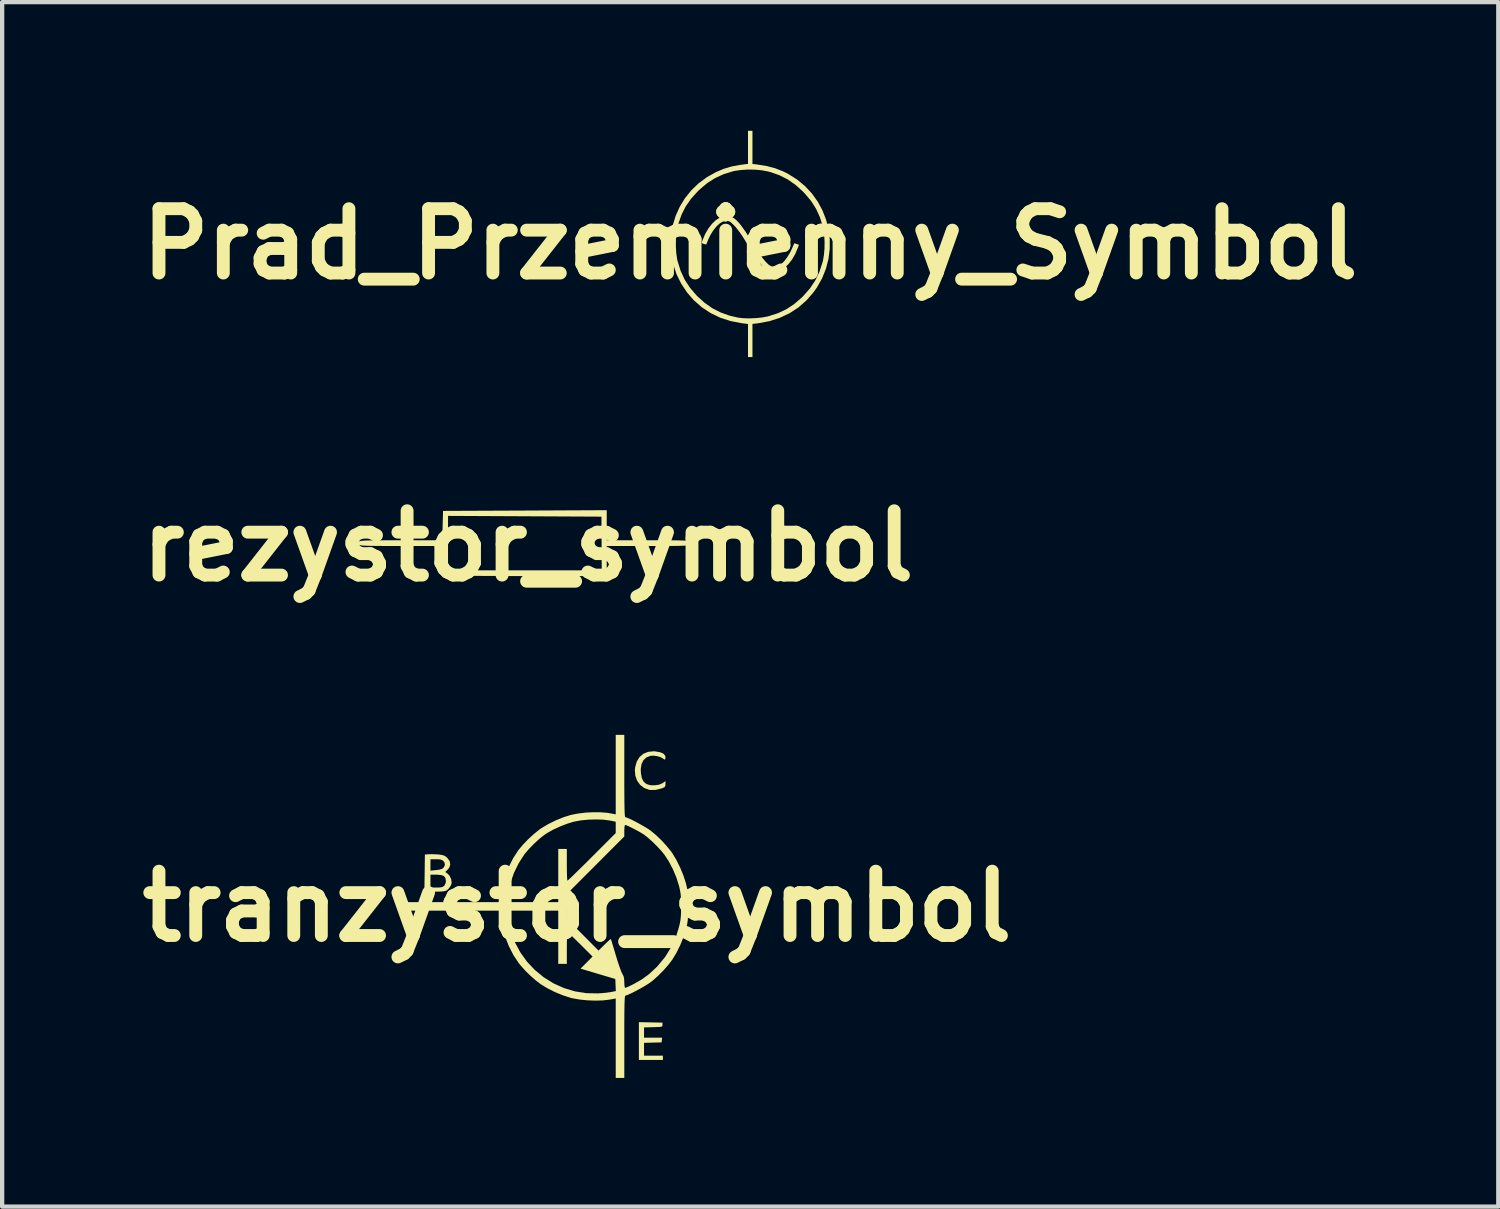
<source format=kicad_pcb>
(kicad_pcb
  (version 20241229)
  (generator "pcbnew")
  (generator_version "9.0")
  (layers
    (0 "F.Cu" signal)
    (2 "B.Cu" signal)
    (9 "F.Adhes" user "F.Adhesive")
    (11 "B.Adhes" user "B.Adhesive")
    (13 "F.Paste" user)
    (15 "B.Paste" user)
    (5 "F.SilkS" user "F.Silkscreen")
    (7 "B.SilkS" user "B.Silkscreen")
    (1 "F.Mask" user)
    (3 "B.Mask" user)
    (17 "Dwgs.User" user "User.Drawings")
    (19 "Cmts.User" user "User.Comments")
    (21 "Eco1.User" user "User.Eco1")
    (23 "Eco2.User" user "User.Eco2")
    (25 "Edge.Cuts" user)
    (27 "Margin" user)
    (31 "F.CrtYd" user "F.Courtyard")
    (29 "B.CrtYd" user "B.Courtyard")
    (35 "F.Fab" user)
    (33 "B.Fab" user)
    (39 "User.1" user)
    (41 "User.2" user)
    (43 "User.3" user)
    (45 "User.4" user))
  (footprint "Prad_Przemienny_Symbol"
    (layer "F.Cu")
    (at 14.443 2.638)
    (property "Reference" "Prad_Przemienny_Symbol" (at 0 0 0) (layer "F.SilkS") (effects (font (size 1.5 1.5) (thickness 0.3))))
    (attr board_only exclude_from_pos_files exclude_from_bom)
    (fp_poly (pts (xy -0.496 -0.65) (xy -0.438 -0.633) (xy -0.38 -0.601) (xy -0.32 -0.552) (xy -0.256 -0.484) (xy -0.186 -0.394) (xy -0.107 -0.281) (xy -0.017 -0.141) (xy 0.079 0.016) (xy 0.183 0.181) (xy 0.277 0.315) (xy 0.36 0.416) (xy 0.432 0.486) (xy 0.495 0.525) (xy 0.538 0.535) (xy 0.594 0.53) (xy 0.643 0.519) (xy 0.645 0.518) (xy 0.715 0.476) (xy 0.789 0.407) (xy 0.861 0.313) (xy 0.929 0.202) (xy 0.984 0.086) (xy 1.005 0.035) (xy 1.021 -0.001) (xy 1.026 -0.013) (xy 1.042 -0.011) (xy 1.078 -0.000217) (xy 1.082 0.001) (xy 1.136 0.02) (xy 1.111 0.088) (xy 1.049 0.236) (xy 0.974 0.365) (xy 0.889 0.472) (xy 0.798 0.557) (xy 0.702 0.617) (xy 0.604 0.649) (xy 0.508 0.652) (xy 0.416 0.623) (xy 0.412 0.621) (xy 0.361 0.588) (xy 0.307 0.54) (xy 0.248 0.474) (xy 0.182 0.388) (xy 0.106 0.28) (xy 0.02 0.146) (xy -0.08 -0.015) (xy -0.122 -0.085) (xy -0.192 -0.196) (xy -0.265 -0.299) (xy -0.334 -0.386) (xy -0.362 -0.417) (xy -0.417 -0.473) (xy -0.457 -0.508) (xy -0.489 -0.527) (xy -0.519 -0.534) (xy -0.538 -0.535) (xy -0.594 -0.53) (xy -0.642 -0.519) (xy -0.644 -0.518) (xy -0.712 -0.478) (xy -0.785 -0.411) (xy -0.857 -0.322) (xy -0.922 -0.219) (xy -0.977 -0.108) (xy -0.983 -0.092) (xy -1.004 -0.039) (xy -1.02 -0.001) (xy -1.026 0.013) (xy -1.042 0.011) (xy -1.078 0.00021) (xy -1.082 -0.001) (xy -1.136 -0.02) (xy -1.111 -0.088) (xy -1.05 -0.233) (xy -0.975 -0.362) (xy -0.889 -0.472) (xy -0.796 -0.559) (xy -0.7 -0.62) (xy -0.602 -0.651) (xy -0.556 -0.655)) (stroke (width 0) (type solid)) (fill yes) (layer "F.SilkS"))
    (fp_poly (pts (xy 0.052 -2.252) (xy 0.052 -1.865) (xy 0.151 -1.854) (xy 0.375 -1.819) (xy 0.577 -1.766) (xy 0.766 -1.692) (xy 0.876 -1.638) (xy 1.087 -1.506) (xy 1.274 -1.352) (xy 1.437 -1.178) (xy 1.574 -0.987) (xy 1.684 -0.783) (xy 1.768 -0.568) (xy 1.825 -0.344) (xy 1.854 -0.115) (xy 1.854 0.116) (xy 1.825 0.348) (xy 1.766 0.576) (xy 1.677 0.799) (xy 1.557 1.013) (xy 1.473 1.131) (xy 1.308 1.32) (xy 1.122 1.482) (xy 0.915 1.617) (xy 0.689 1.723) (xy 0.446 1.801) (xy 0.185 1.85) (xy 0.151 1.854) (xy 0.052 1.865) (xy 0.052 2.252) (xy 0.052 2.638) (xy 0 2.638) (xy -0.052 2.638) (xy -0.052 2.253) (xy -0.052 1.867) (xy -0.204 1.847) (xy -0.459 1.798) (xy -0.699 1.72) (xy -0.923 1.612) (xy -1.129 1.476) (xy -1.314 1.314) (xy -1.471 1.134) (xy -1.61 0.925) (xy -1.718 0.707) (xy -1.794 0.481) (xy -1.841 0.251) (xy -1.855 0.057) (xy -1.734 0.057) (xy -1.724 0.218) (xy -1.703 0.362) (xy -1.693 0.403) (xy -1.623 0.627) (xy -1.529 0.831) (xy -1.407 1.019) (xy -1.254 1.197) (xy -1.234 1.218) (xy -1.063 1.373) (xy -0.885 1.498) (xy -0.694 1.596) (xy -0.484 1.671) (xy -0.285 1.718) (xy -0.164 1.732) (xy -0.023 1.736) (xy 0.128 1.73) (xy 0.276 1.715) (xy 0.41 1.69) (xy 0.431 1.684) (xy 0.647 1.615) (xy 0.841 1.523) (xy 1.021 1.405) (xy 1.193 1.258) (xy 1.234 1.218) (xy 1.392 1.038) (xy 1.519 0.848) (xy 1.617 0.642) (xy 1.69 0.415) (xy 1.694 0.401) (xy 1.718 0.266) (xy 1.732 0.11) (xy 1.734 -0.054) (xy 1.724 -0.214) (xy 1.703 -0.358) (xy 1.693 -0.403) (xy 1.626 -0.621) (xy 1.536 -0.818) (xy 1.421 -0.999) (xy 1.276 -1.172) (xy 1.225 -1.225) (xy 1.053 -1.38) (xy 0.875 -1.504) (xy 0.684 -1.601) (xy 0.473 -1.675) (xy 0.403 -1.693) (xy 0.266 -1.718) (xy 0.109 -1.732) (xy -0.057 -1.734) (xy -0.218 -1.724) (xy -0.362 -1.703) (xy -0.403 -1.693) (xy -0.621 -1.626) (xy -0.818 -1.536) (xy -0.999 -1.421) (xy -1.172 -1.276) (xy -1.225 -1.225) (xy -1.38 -1.053) (xy -1.504 -0.875) (xy -1.601 -0.684) (xy -1.675 -0.473) (xy -1.693 -0.403) (xy -1.718 -0.266) (xy -1.732 -0.109) (xy -1.734 0.057) (xy -1.855 0.057) (xy -1.858 0.02) (xy -1.846 -0.211) (xy -1.806 -0.437) (xy -1.738 -0.656) (xy -1.644 -0.866) (xy -1.523 -1.064) (xy -1.376 -1.247) (xy -1.204 -1.413) (xy -1.008 -1.558) (xy -0.804 -1.672) (xy -0.622 -1.75) (xy -0.436 -1.806) (xy -0.233 -1.843) (xy -0.204 -1.847) (xy -0.052 -1.867) (xy -0.052 -2.253) (xy -0.052 -2.638) (xy 0 -2.638) (xy 0.052 -2.638)) (stroke (width 0) (type solid)) (fill yes) (layer "F.SilkS")))
  (footprint "tranzystor_symbol"
    (layer "F.Cu")
    (at 10.407 18.085)
    (property "Reference" "tranzystor_symbol" (at 0 0 0) (layer "F.SilkS") (effects (font (size 1.5 1.5) (thickness 0.3))))
    (attr board_only exclude_from_pos_files exclude_from_bom)
    (fp_poly (pts (xy 1.715 2.704) (xy 1.99 2.71) (xy 1.99 2.76) (xy 1.989 2.782) (xy 1.98 2.797) (xy 1.958 2.806) (xy 1.914 2.811) (xy 1.842 2.814) (xy 1.775 2.816) (xy 1.56 2.821) (xy 1.56 2.941) (xy 1.56 3.06) (xy 1.771 3.06) (xy 1.983 3.06) (xy 1.976 3.115) (xy 1.97 3.17) (xy 1.765 3.176) (xy 1.56 3.181) (xy 1.56 3.331) (xy 1.56 3.48) (xy 1.78 3.48) (xy 2 3.48) (xy 2 3.53) (xy 2 3.58) (xy 1.72 3.58) (xy 1.44 3.58) (xy 1.44 3.139) (xy 1.44 2.699)) (stroke (width 0) (type solid)) (fill yes) (layer "F.SilkS"))
    (fp_poly (pts (xy 1.82 -3.615) (xy 1.935 -3.595) (xy 2.013 -3.562) (xy 2.053 -3.515) (xy 2.06 -3.479) (xy 2.055 -3.433) (xy 2.038 -3.423) (xy 2.003 -3.447) (xy 2.001 -3.449) (xy 1.947 -3.48) (xy 1.87 -3.503) (xy 1.787 -3.515) (xy 1.715 -3.512) (xy 1.619 -3.476) (xy 1.547 -3.41) (xy 1.501 -3.316) (xy 1.483 -3.197) (xy 1.486 -3.118) (xy 1.507 -2.997) (xy 1.55 -2.91) (xy 1.615 -2.854) (xy 1.706 -2.826) (xy 1.809 -2.824) (xy 1.908 -2.838) (xy 1.981 -2.868) (xy 1.996 -2.877) (xy 2.06 -2.923) (xy 2.06 -2.853) (xy 2.056 -2.808) (xy 2.038 -2.782) (xy 1.996 -2.761) (xy 1.975 -2.753) (xy 1.832 -2.716) (xy 1.705 -2.715) (xy 1.68 -2.719) (xy 1.564 -2.761) (xy 1.469 -2.834) (xy 1.399 -2.931) (xy 1.357 -3.049) (xy 1.346 -3.181) (xy 1.352 -3.238) (xy 1.388 -3.372) (xy 1.453 -3.48) (xy 1.542 -3.558) (xy 1.655 -3.604) (xy 1.787 -3.617)) (stroke (width 0) (type solid)) (fill yes) (layer "F.SilkS"))
    (fp_poly (pts (xy -3.281 -1.214) (xy -3.221 -1.21) (xy -3.144 -1.199) (xy -3.092 -1.181) (xy -3.048 -1.151) (xy -3.026 -1.13) (xy -2.972 -1.055) (xy -2.958 -0.978) (xy -2.982 -0.903) (xy -3.018 -0.859) (xy -3.075 -0.802) (xy -3.026 -0.769) (xy -2.974 -0.715) (xy -2.938 -0.638) (xy -2.926 -0.557) (xy -2.929 -0.53) (xy -2.951 -0.475) (xy -2.991 -0.419) (xy -3.002 -0.409) (xy -3.028 -0.384) (xy -3.054 -0.367) (xy -3.088 -0.357) (xy -3.137 -0.35) (xy -3.21 -0.346) (xy -3.312 -0.343) (xy -3.561 -0.337) (xy -3.558 -0.59) (xy -3.42 -0.59) (xy -3.42 -0.44) (xy -3.28 -0.44) (xy -3.2 -0.442) (xy -3.148 -0.451) (xy -3.113 -0.469) (xy -3.1 -0.48) (xy -3.068 -0.538) (xy -3.06 -0.59) (xy -3.07 -0.658) (xy -3.102 -0.704) (xy -3.163 -0.73) (xy -3.255 -0.74) (xy -3.28 -0.74) (xy -3.42 -0.74) (xy -3.42 -0.59) (xy -3.558 -0.59) (xy -3.555 -0.773) (xy -3.553 -0.967) (xy -3.42 -0.967) (xy -3.42 -0.834) (xy -3.285 -0.848) (xy -3.202 -0.859) (xy -3.148 -0.877) (xy -3.115 -0.903) (xy -3.083 -0.963) (xy -3.092 -1.022) (xy -3.12 -1.06) (xy -3.153 -1.083) (xy -3.199 -1.096) (xy -3.27 -1.1) (xy -3.29 -1.1) (xy -3.42 -1.1) (xy -3.42 -0.967) (xy -3.553 -0.967) (xy -3.55 -1.21) (xy -3.45 -1.217) (xy -3.373 -1.218)) (stroke (width 0) (type solid)) (fill yes) (layer "F.SilkS"))
    (fp_poly (pts (xy 1.1 -3.04) (xy 1.1 -2.811) (xy 1.101 -2.62) (xy 1.102 -2.463) (xy 1.104 -2.337) (xy 1.106 -2.24) (xy 1.109 -2.168) (xy 1.113 -2.12) (xy 1.118 -2.092) (xy 1.124 -2.08) (xy 1.126 -2.08) (xy 1.161 -2.07) (xy 1.223 -2.044) (xy 1.304 -2.005) (xy 1.396 -1.957) (xy 1.492 -1.904) (xy 1.583 -1.852) (xy 1.662 -1.803) (xy 1.721 -1.762) (xy 1.839 -1.663) (xy 1.964 -1.544) (xy 2.082 -1.415) (xy 2.184 -1.291) (xy 2.22 -1.24) (xy 2.313 -1.086) (xy 2.401 -0.908) (xy 2.478 -0.722) (xy 2.535 -0.546) (xy 2.554 -0.469) (xy 2.568 -0.401) (xy 2.578 -0.334) (xy 2.583 -0.257) (xy 2.586 -0.161) (xy 2.587 -0.037) (xy 2.587 0) (xy 2.587 0.133) (xy 2.584 0.235) (xy 2.58 0.316) (xy 2.571 0.385) (xy 2.558 0.451) (xy 2.54 0.525) (xy 2.535 0.546) (xy 2.477 0.723) (xy 2.401 0.909) (xy 2.313 1.087) (xy 2.22 1.24) (xy 2.13 1.359) (xy 2.018 1.487) (xy 1.894 1.612) (xy 1.772 1.722) (xy 1.721 1.762) (xy 1.662 1.803) (xy 1.583 1.852) (xy 1.491 1.905) (xy 1.396 1.957) (xy 1.304 2.005) (xy 1.223 2.044) (xy 1.161 2.07) (xy 1.126 2.08) (xy 1.119 2.087) (xy 1.114 2.111) (xy 1.11 2.154) (xy 1.107 2.22) (xy 1.104 2.31) (xy 1.102 2.428) (xy 1.101 2.577) (xy 1.1 2.76) (xy 1.1 2.979) (xy 1.1 3.04) (xy 1.1 4) (xy 1 4) (xy 0.9 4) (xy 0.9 3.074) (xy 0.9 2.147) (xy 0.745 2.175) (xy 0.597 2.192) (xy 0.424 2.197) (xy 0.241 2.19) (xy 0.061 2.172) (xy -0.103 2.143) (xy -0.146 2.133) (xy -0.325 2.076) (xy -0.513 1.999) (xy -0.693 1.909) (xy -0.84 1.82) (xy -0.959 1.73) (xy -1.087 1.618) (xy -1.212 1.495) (xy -1.321 1.372) (xy -1.362 1.321) (xy -1.484 1.137) (xy -1.592 0.926) (xy -1.682 0.7) (xy -1.749 0.47) (xy -1.789 0.248) (xy -1.79 0.235) (xy -1.805 0.1) (xy -1.632 0.1) (xy -1.617 0.246) (xy -1.603 0.337) (xy -1.581 0.445) (xy -1.555 0.549) (xy -1.55 0.566) (xy -1.455 0.827) (xy -1.327 1.068) (xy -1.169 1.288) (xy -0.985 1.483) (xy -0.778 1.653) (xy -0.551 1.794) (xy -0.307 1.904) (xy -0.05 1.981) (xy 0.218 2.023) (xy 0.48 2.028) (xy 0.58 2.022) (xy 0.681 2.012) (xy 0.765 2.001) (xy 0.786 1.997) (xy 0.902 1.974) (xy 0.896 1.833) (xy 0.89 1.692) (xy 0.485 1.572) (xy 0.08 1.451) (xy 0.22 1.31) (xy 0.36 1.169) (xy 0.075 0.885) (xy -0.013 0.798) (xy -0.091 0.722) (xy -0.155 0.661) (xy -0.201 0.619) (xy -0.224 0.601) (xy -0.225 0.6) (xy -0.23 0.619) (xy -0.234 0.672) (xy -0.237 0.752) (xy -0.239 0.854) (xy -0.24 0.97) (xy -0.24 1.34) (xy -0.34 1.34) (xy -0.44 1.34) (xy -0.44 0.72) (xy -0.44 0.1) (xy -1.036 0.1) (xy -1.632 0.1) (xy -1.805 0.1) (xy -2.902 0.1) (xy -4 0.1) (xy -4 0) (xy -4 -0.1) (xy -2.902 -0.1) (xy -1.805 -0.1) (xy -1.632 -0.1) (xy -1.036 -0.1) (xy -0.44 -0.1) (xy -0.44 -0.289) (xy -0.24 -0.289) (xy -0.24 -0.000403) (xy -0.24 0.288) (xy 0.13 0.659) (xy 0.499 1.03) (xy 0.639 0.891) (xy 0.699 0.833) (xy 0.747 0.789) (xy 0.778 0.764) (xy 0.786 0.761) (xy 0.794 0.782) (xy 0.811 0.836) (xy 0.835 0.915) (xy 0.865 1.015) (xy 0.899 1.13) (xy 0.902 1.139) (xy 0.938 1.259) (xy 0.975 1.37) (xy 1.008 1.465) (xy 1.036 1.536) (xy 1.055 1.575) (xy 1.083 1.627) (xy 1.096 1.689) (xy 1.1 1.771) (xy 1.103 1.84) (xy 1.111 1.886) (xy 1.12 1.9) (xy 1.146 1.891) (xy 1.198 1.869) (xy 1.269 1.835) (xy 1.315 1.812) (xy 1.506 1.704) (xy 1.676 1.58) (xy 1.839 1.429) (xy 1.872 1.396) (xy 2.054 1.176) (xy 2.201 0.936) (xy 2.315 0.676) (xy 2.372 0.49) (xy 2.394 0.4) (xy 2.409 0.321) (xy 2.418 0.24) (xy 2.423 0.145) (xy 2.425 0.025) (xy 2.425 0) (xy 2.424 -0.126) (xy 2.42 -0.225) (xy 2.411 -0.307) (xy 2.397 -0.386) (xy 2.377 -0.474) (xy 2.372 -0.49) (xy 2.313 -0.677) (xy 2.233 -0.868) (xy 2.139 -1.047) (xy 2.039 -1.201) (xy 1.959 -1.3) (xy 1.859 -1.407) (xy 1.751 -1.513) (xy 1.645 -1.607) (xy 1.555 -1.677) (xy 1.499 -1.712) (xy 1.426 -1.754) (xy 1.345 -1.797) (xy 1.265 -1.838) (xy 1.195 -1.872) (xy 1.143 -1.894) (xy 1.121 -1.9) (xy 1.109 -1.881) (xy 1.102 -1.83) (xy 1.1 -1.765) (xy 1.1 -1.631) (xy 0.43 -0.96) (xy -0.24 -0.289) (xy -0.44 -0.289) (xy -0.44 -0.72) (xy -0.44 -1.34) (xy -0.34 -1.34) (xy -0.24 -1.34) (xy -0.24 -0.97) (xy -0.239 -0.853) (xy -0.237 -0.752) (xy -0.234 -0.672) (xy -0.23 -0.619) (xy -0.225 -0.6) (xy -0.208 -0.614) (xy -0.166 -0.653) (xy -0.102 -0.714) (xy -0.019 -0.795) (xy 0.079 -0.891) (xy 0.191 -1.001) (xy 0.311 -1.121) (xy 0.345 -1.155) (xy 0.9 -1.71) (xy 0.9 -1.843) (xy 0.9 -1.975) (xy 0.765 -2.002) (xy 0.616 -2.022) (xy 0.444 -2.028) (xy 0.263 -2.023) (xy 0.087 -2.006) (xy -0.07 -1.977) (xy -0.09 -1.972) (xy -0.241 -1.925) (xy -0.4 -1.863) (xy -0.556 -1.791) (xy -0.693 -1.714) (xy -0.768 -1.665) (xy -0.883 -1.573) (xy -1.005 -1.461) (xy -1.122 -1.341) (xy -1.22 -1.226) (xy -1.239 -1.2) (xy -1.364 -1.005) (xy -1.47 -0.788) (xy -1.551 -0.561) (xy -1.604 -0.335) (xy -1.617 -0.246) (xy -1.632 -0.1) (xy -1.805 -0.1) (xy -1.79 -0.235) (xy -1.752 -0.455) (xy -1.687 -0.685) (xy -1.598 -0.912) (xy -1.491 -1.125) (xy -1.37 -1.311) (xy -1.362 -1.321) (xy -1.263 -1.439) (xy -1.144 -1.564) (xy -1.015 -1.682) (xy -0.891 -1.783) (xy -0.84 -1.82) (xy -0.682 -1.915) (xy -0.5 -2.005) (xy -0.313 -2.081) (xy -0.146 -2.133) (xy 0.01 -2.164) (xy 0.187 -2.186) (xy 0.37 -2.196) (xy 0.547 -2.195) (xy 0.704 -2.182) (xy 0.745 -2.175) (xy 0.9 -2.147) (xy 0.9 -3.074) (xy 0.9 -4) (xy 1 -4) (xy 1.1 -4)) (stroke (width 0) (type solid)) (fill yes) (layer "F.SilkS")))
  (footprint "rezystor_symbol"
    (layer "F.Cu")
    (at 9.264 9.681)
    (property "Reference" "rezystor_symbol" (at 0 0 0) (layer "F.SilkS") (effects (font (size 1.5 1.5) (thickness 0.3))))
    (attr board_only exclude_from_pos_files exclude_from_bom)
    (fp_poly (pts (xy 1.833 -0.484) (xy 1.833 -0.134) (xy 2.817 -0.134) (xy 3.098 -0.133) (xy 3.32 -0.133) (xy 3.49 -0.131) (xy 3.614 -0.128) (xy 3.699 -0.122) (xy 3.754 -0.114) (xy 3.784 -0.103) (xy 3.797 -0.089) (xy 3.8 -0.071) (xy 3.8 -0.067) (xy 3.798 -0.048) (xy 3.787 -0.033) (xy 3.761 -0.021) (xy 3.712 -0.013) (xy 3.633 -0.007) (xy 3.517 -0.003) (xy 3.357 -0.001) (xy 3.145 -0.000213) (xy 2.876 -0.000003) (xy 2.817 -0.000001) (xy 1.833 -0.000001) (xy 1.833 0.35) (xy 1.833 0.701) (xy -0.061 0.701) (xy -0.41 0.701) (xy -0.74 0.699) (xy -1.043 0.698) (xy -1.314 0.695) (xy -1.547 0.693) (xy -1.735 0.689) (xy -1.874 0.686) (xy -1.956 0.682) (xy -1.978 0.679) (xy -1.987 0.638) (xy -1.995 0.546) (xy -1.999 0.418) (xy -2 0.328) (xy -2 -0.000001) (xy -2.983 -0.000001) (xy -3.265 -0.000134) (xy -3.487 -0.001) (xy -3.656 -0.003) (xy -3.78 -0.006) (xy -3.866 -0.011) (xy -3.92 -0.019) (xy -3.95 -0.03) (xy -3.964 -0.044) (xy -3.967 -0.063) (xy -3.967 -0.067) (xy -3.967 -0.067) (xy -1.867 -0.067) (xy -1.867 0.567) (xy -0.075 0.567) (xy 1.717 0.567) (xy 1.713 -0.058) (xy 1.71 -0.684) (xy -0.078 -0.693) (xy -1.867 -0.702) (xy -1.867 -0.067) (xy -3.967 -0.067) (xy -3.965 -0.086) (xy -3.954 -0.101) (xy -3.928 -0.112) (xy -3.878 -0.121) (xy -3.799 -0.127) (xy -3.683 -0.13) (xy -3.523 -0.132) (xy -3.312 -0.133) (xy -3.042 -0.134) (xy -2.985 -0.134) (xy -2.002 -0.134) (xy -1.993 -0.476) (xy -1.983 -0.818) (xy -0.075 -0.826) (xy 1.833 -0.835)) (stroke (width 0) (type solid)) (fill yes) (layer "F.SilkS")))
  (gr_rect
    (start -3 -3)
    (end 31.886 25.085)
    (stroke (width 0.1) (type default))
    (fill no)
    (layer "Edge.Cuts")))
</source>
